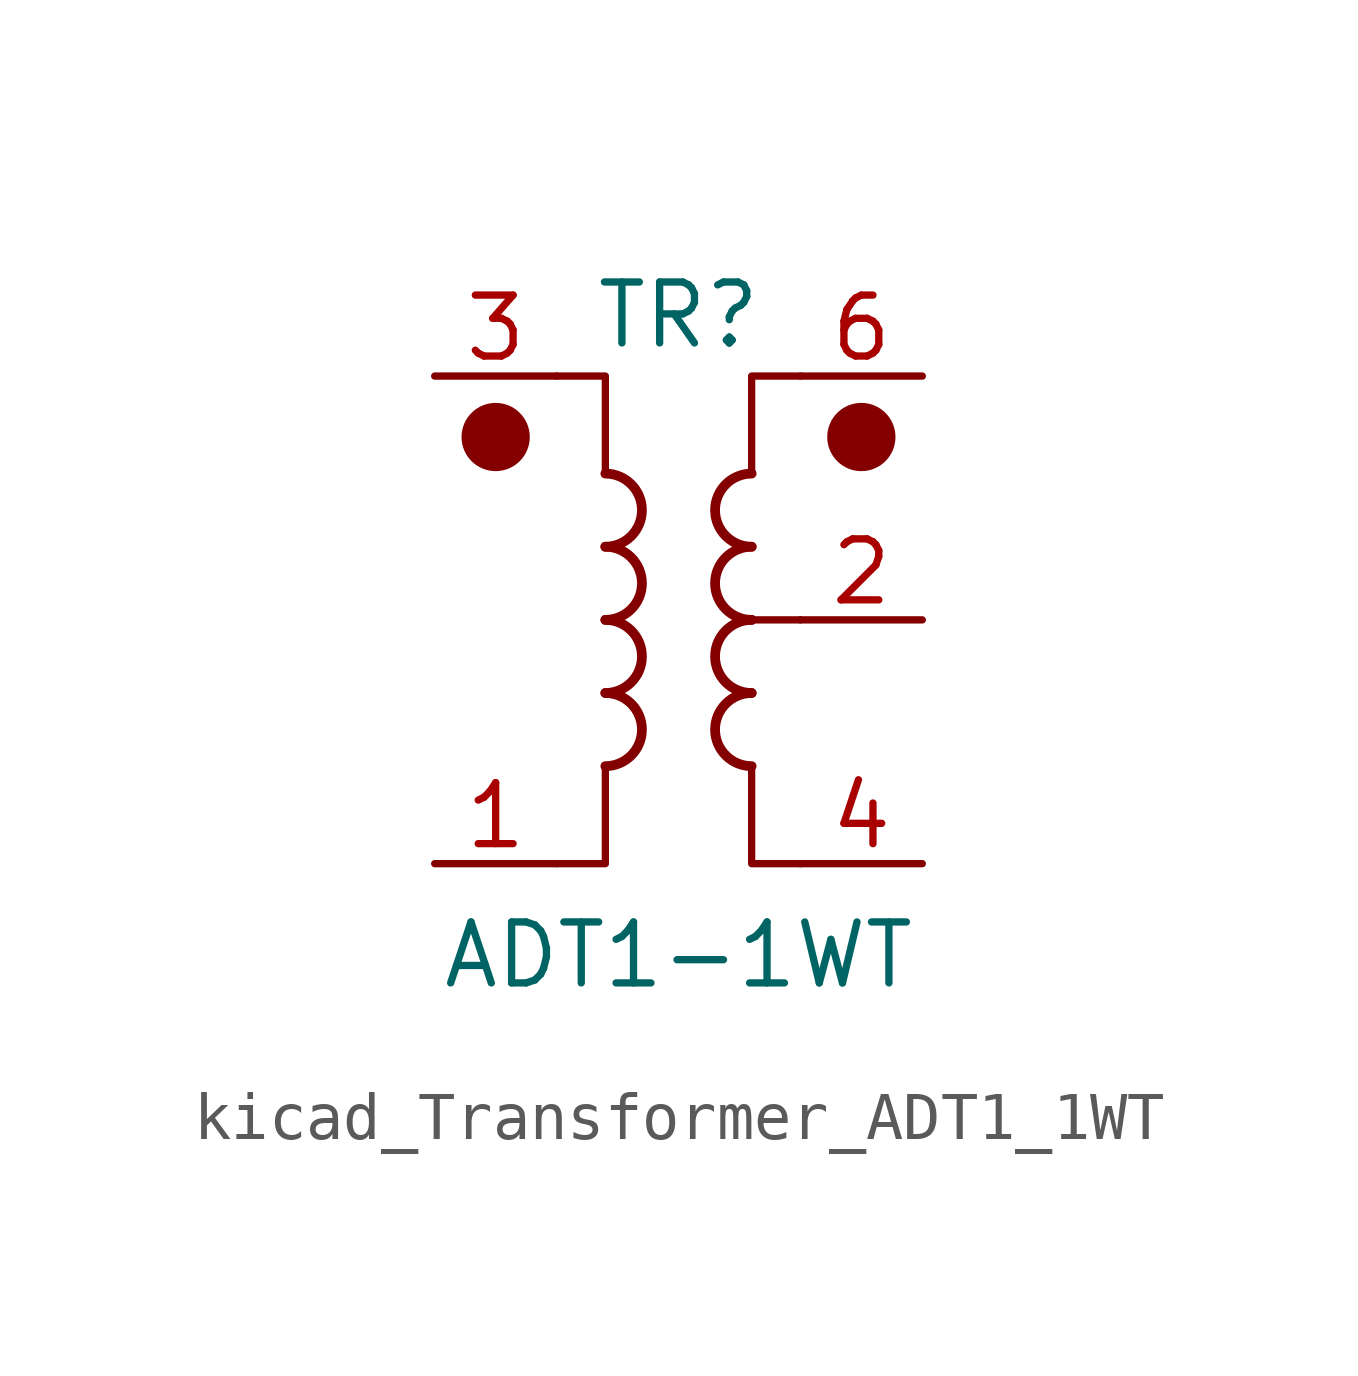
<source format=kicad_sym>
(kicad_symbol_lib
  (version 20220914)
  (generator kicad_symbol_editor)
  (symbol "kicad_Transformer_ADT1_1WT"
    (pin_names hide)
    (property "Reference" "TR"
      (at 0 6.35 0)
      (effects (font (size 1.27 1.27))))
    (property "Value" "ADT1-1WT"
      (at 0 -6.985 0)
      (effects (font (size 1.27 1.27))))
    (symbol "kicad_Transformer_ADT1_1WT_0_1"
      (circle (center -3.81 3.81) (radius 0.635) (stroke (width 0) (type default)) (fill (type outline)))
      (arc (start -1.524 -3.048) (mid -0.7653 -2.286) (end -1.524 -1.524) (stroke (width 0.2032) (type default)) (fill (type none)))
      (arc (start -1.524 -1.524) (mid -0.7653 -0.762) (end -1.524 0) (stroke (width 0.2032) (type default)) (fill (type none)))
      (arc (start -1.524 0) (mid -0.7653 0.762) (end -1.524 1.524) (stroke (width 0.2032) (type default)) (fill (type none)))
      (arc (start -1.524 1.524) (mid -0.7653 2.286) (end -1.524 3.048) (stroke (width 0.2032) (type default)) (fill (type none)))
      (polyline (pts (xy 2.54 0) (xy 1.27 0)) (stroke (width 0.152) (type default)) (fill (type none)))
      (polyline (pts (xy -2.54 5.08) (xy -1.524 5.08) (xy -1.524 3.048)) (stroke (width 0.152) (type default)) (fill (type none)))
      (polyline (pts (xy -1.524 -3.048) (xy -1.524 -5.08) (xy -2.54 -5.08)) (stroke (width 0.152) (type default)) (fill (type none)))
      (polyline (pts (xy 1.524 3.048) (xy 1.524 5.08) (xy 2.54 5.08)) (stroke (width 0.152) (type default)) (fill (type none)))
      (polyline (pts (xy 2.54 -5.08) (xy 1.524 -5.08) (xy 1.524 -3.048)) (stroke (width 0.152) (type default)) (fill (type none)))
      (arc (start 1.524 -1.524) (mid 0.7653 -2.286) (end 1.524 -3.048) (stroke (width 0.2032) (type default)) (fill (type none)))
      (arc (start 1.524 0) (mid 0.7653 -0.762) (end 1.524 -1.524) (stroke (width 0.2032) (type default)) (fill (type none)))
      (arc (start 1.524 1.524) (mid 0.7653 0.762) (end 1.524 0) (stroke (width 0.2032) (type default)) (fill (type none)))
      (arc (start 1.524 3.048) (mid 0.7653 2.286) (end 1.524 1.524) (stroke (width 0.2032) (type default)) (fill (type none)))
      (circle (center 3.81 3.81) (radius 0.635) (stroke (width 0) (type default)) (fill (type outline))))
    (symbol "kicad_Transformer_ADT1_1WT_1_1"
      (pin passive line (at -5.08 -5.08 0) (length 2.54) (name "~" (effects (font (size 1.27 1.27)))) (number "1" (effects (font (size 1.27 1.27)))))
      (pin passive line (at 5.08 0 180) (length 2.54) (name "~" (effects (font (size 1.27 1.27)))) (number "2" (effects (font (size 1.27 1.27)))))
      (pin passive line (at -5.08 5.08 0) (length 2.54) (name "~" (effects (font (size 1.27 1.27)))) (number "3" (effects (font (size 1.27 1.27)))))
      (pin passive line (at 5.08 -5.08 180) (length 2.54) (name "~" (effects (font (size 1.27 1.27)))) (number "4" (effects (font (size 1.27 1.27)))))
      (pin no_connect line (at -2.54 0 0) (length 2.54) hide (name "~" (effects (font (size 1.27 1.27)))) (number "5" (effects (font (size 1.27 1.27)))))
      (pin passive line (at 5.08 5.08 180) (length 2.54) (name "~" (effects (font (size 1.27 1.27)))) (number "6" (effects (font (size 1.27 1.27))))))))
</source>
